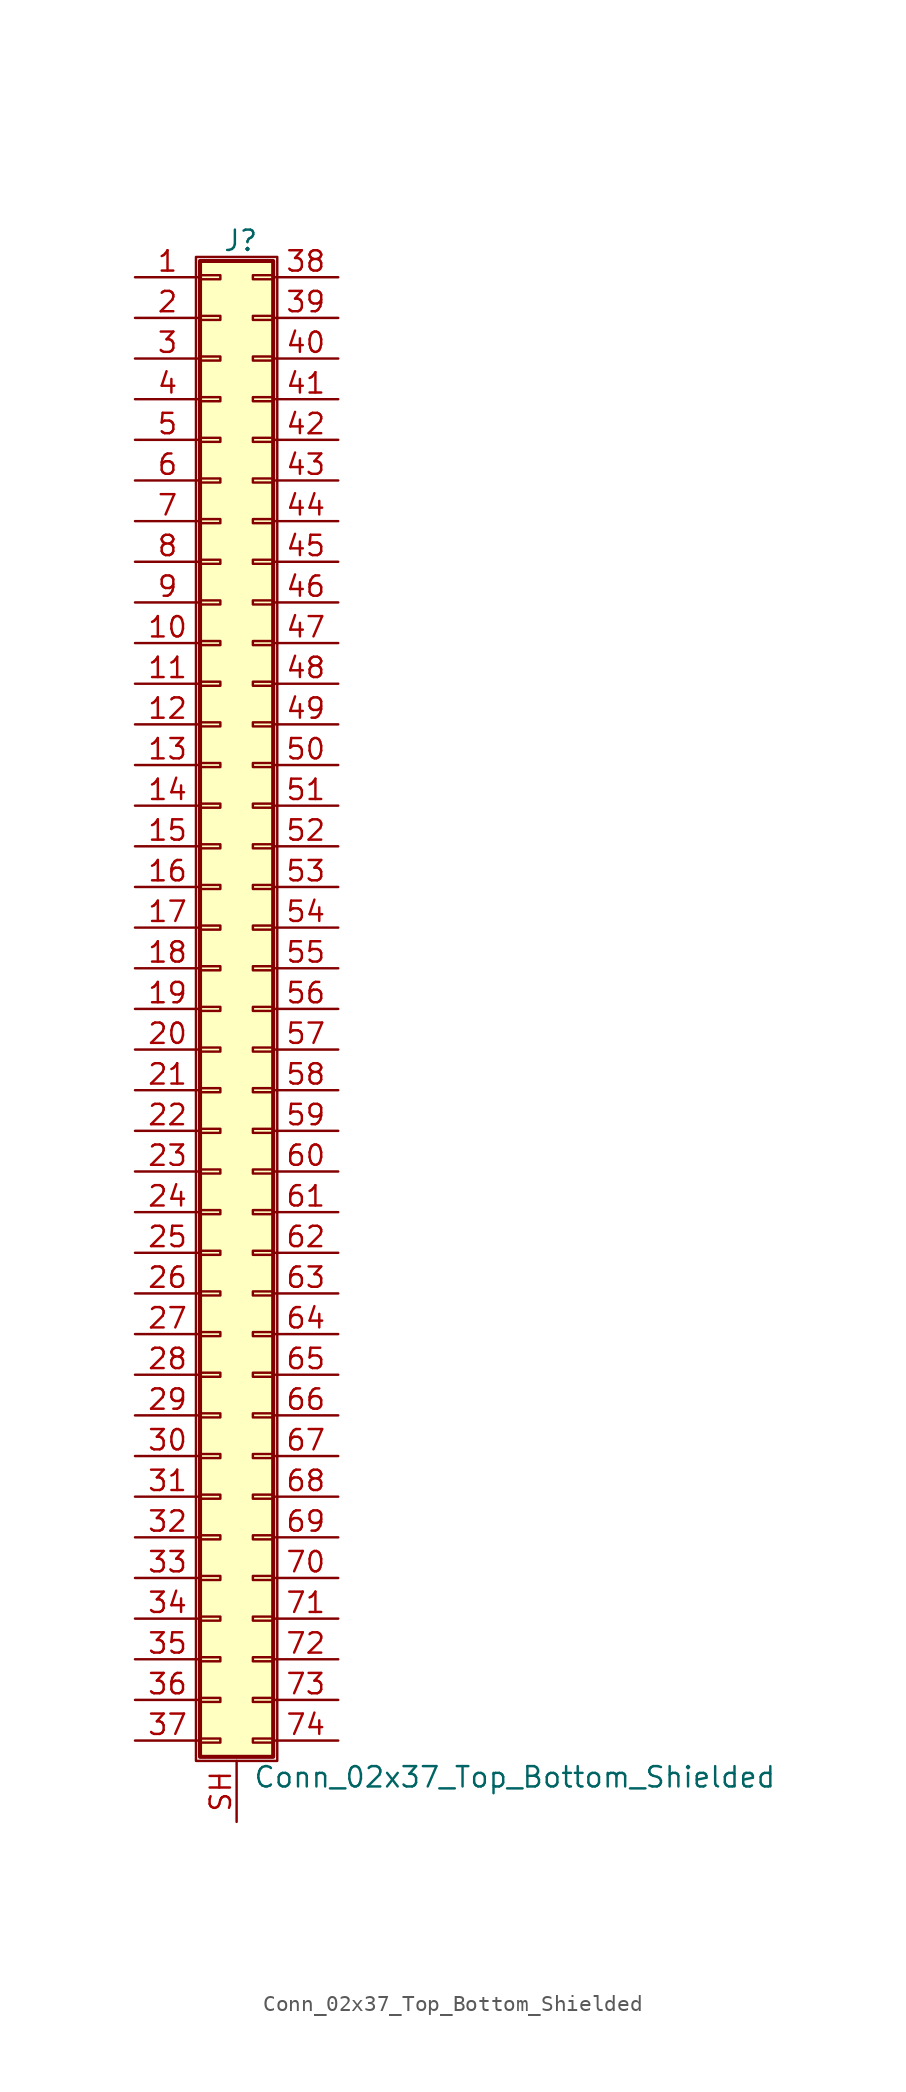
<source format=kicad_sym>
(kicad_symbol_lib
  (version 20201005)
  (generator kicad_symbol_editor)
  (symbol "Conn_02x37_Top_Bottom_Shielded"
    (pin_names
      (offset 1.016) hide)
    (property "Reference" "J"
      (at 1.524 48.006 0)
      (effects (font (size 1.27 1.27))))
    (property "Value" "Conn_02x37_Top_Bottom_Shielded"
      (at 2.286 -48.006 0)
      (effects (font (size 1.27 1.27)) (justify left)))
    (symbol "Conn_02x37_Top_Bottom_Shielded_1_1"
      (rectangle (start -1.27 46.99) (end 3.81 -46.99) (stroke (width 0.152)) (fill (type none)))
      (rectangle (start -1.016 -45.593) (end 0.254 -45.847) (stroke (width 0.152)) (fill (type none)))
      (rectangle (start -1.016 -43.053) (end 0.254 -43.307) (stroke (width 0.152)) (fill (type none)))
      (rectangle (start -1.016 -40.513) (end 0.254 -40.767) (stroke (width 0.152)) (fill (type none)))
      (rectangle (start -1.016 -37.973) (end 0.254 -38.227) (stroke (width 0.152)) (fill (type none)))
      (rectangle (start -1.016 -35.433) (end 0.254 -35.687) (stroke (width 0.152)) (fill (type none)))
      (rectangle (start -1.016 -32.893) (end 0.254 -33.147) (stroke (width 0.152)) (fill (type none)))
      (rectangle (start -1.016 -30.353) (end 0.254 -30.607) (stroke (width 0.152)) (fill (type none)))
      (rectangle (start -1.016 -27.813) (end 0.254 -28.067) (stroke (width 0.152)) (fill (type none)))
      (rectangle (start -1.016 -25.273) (end 0.254 -25.527) (stroke (width 0.152)) (fill (type none)))
      (rectangle (start -1.016 -22.733) (end 0.254 -22.987) (stroke (width 0.152)) (fill (type none)))
      (rectangle (start -1.016 -20.193) (end 0.254 -20.447) (stroke (width 0.152)) (fill (type none)))
      (rectangle (start -1.016 -17.653) (end 0.254 -17.907) (stroke (width 0.152)) (fill (type none)))
      (rectangle (start -1.016 -15.113) (end 0.254 -15.367) (stroke (width 0.152)) (fill (type none)))
      (rectangle (start -1.016 -12.573) (end 0.254 -12.827) (stroke (width 0.152)) (fill (type none)))
      (rectangle (start -1.016 -10.033) (end 0.254 -10.287) (stroke (width 0.152)) (fill (type none)))
      (rectangle (start -1.016 -7.493) (end 0.254 -7.747) (stroke (width 0.152)) (fill (type none)))
      (rectangle (start -1.016 -4.953) (end 0.254 -5.207) (stroke (width 0.152)) (fill (type none)))
      (rectangle (start -1.016 -2.413) (end 0.254 -2.667) (stroke (width 0.152)) (fill (type none)))
      (rectangle (start -1.016 0.127) (end 0.254 -0.127) (stroke (width 0.152)) (fill (type none)))
      (rectangle (start -1.016 2.667) (end 0.254 2.413) (stroke (width 0.152)) (fill (type none)))
      (rectangle (start -1.016 5.207) (end 0.254 4.953) (stroke (width 0.152)) (fill (type none)))
      (rectangle (start -1.016 7.747) (end 0.254 7.493) (stroke (width 0.152)) (fill (type none)))
      (rectangle (start -1.016 10.287) (end 0.254 10.033) (stroke (width 0.152)) (fill (type none)))
      (rectangle (start -1.016 12.827) (end 0.254 12.573) (stroke (width 0.152)) (fill (type none)))
      (rectangle (start -1.016 15.367) (end 0.254 15.113) (stroke (width 0.152)) (fill (type none)))
      (rectangle (start -1.016 17.907) (end 0.254 17.653) (stroke (width 0.152)) (fill (type none)))
      (rectangle (start -1.016 20.447) (end 0.254 20.193) (stroke (width 0.152)) (fill (type none)))
      (rectangle (start -1.016 22.987) (end 0.254 22.733) (stroke (width 0.152)) (fill (type none)))
      (rectangle (start -1.016 25.527) (end 0.254 25.273) (stroke (width 0.152)) (fill (type none)))
      (rectangle (start -1.016 28.067) (end 0.254 27.813) (stroke (width 0.152)) (fill (type none)))
      (rectangle (start -1.016 30.607) (end 0.254 30.353) (stroke (width 0.152)) (fill (type none)))
      (rectangle (start -1.016 33.147) (end 0.254 32.893) (stroke (width 0.152)) (fill (type none)))
      (rectangle (start -1.016 35.687) (end 0.254 35.433) (stroke (width 0.152)) (fill (type none)))
      (rectangle (start -1.016 38.227) (end 0.254 37.973) (stroke (width 0.152)) (fill (type none)))
      (rectangle (start -1.016 40.767) (end 0.254 40.513) (stroke (width 0.152)) (fill (type none)))
      (rectangle (start -1.016 43.307) (end 0.254 43.053) (stroke (width 0.152)) (fill (type none)))
      (rectangle (start -1.016 45.847) (end 0.254 45.593) (stroke (width 0.152)) (fill (type none)))
      (rectangle (start -1.016 46.736) (end 3.556 -46.736) (stroke (width 0.254)) (fill (type background)))
      (rectangle (start 3.556 -45.593) (end 2.286 -45.847) (stroke (width 0.152)) (fill (type none)))
      (rectangle (start 3.556 -43.053) (end 2.286 -43.307) (stroke (width 0.152)) (fill (type none)))
      (rectangle (start 3.556 -40.513) (end 2.286 -40.767) (stroke (width 0.152)) (fill (type none)))
      (rectangle (start 3.556 -37.973) (end 2.286 -38.227) (stroke (width 0.152)) (fill (type none)))
      (rectangle (start 3.556 -35.433) (end 2.286 -35.687) (stroke (width 0.152)) (fill (type none)))
      (rectangle (start 3.556 -32.893) (end 2.286 -33.147) (stroke (width 0.152)) (fill (type none)))
      (rectangle (start 3.556 -30.353) (end 2.286 -30.607) (stroke (width 0.152)) (fill (type none)))
      (rectangle (start 3.556 -27.813) (end 2.286 -28.067) (stroke (width 0.152)) (fill (type none)))
      (rectangle (start 3.556 -25.273) (end 2.286 -25.527) (stroke (width 0.152)) (fill (type none)))
      (rectangle (start 3.556 -22.733) (end 2.286 -22.987) (stroke (width 0.152)) (fill (type none)))
      (rectangle (start 3.556 -20.193) (end 2.286 -20.447) (stroke (width 0.152)) (fill (type none)))
      (rectangle (start 3.556 -17.653) (end 2.286 -17.907) (stroke (width 0.152)) (fill (type none)))
      (rectangle (start 3.556 -15.113) (end 2.286 -15.367) (stroke (width 0.152)) (fill (type none)))
      (rectangle (start 3.556 -12.573) (end 2.286 -12.827) (stroke (width 0.152)) (fill (type none)))
      (rectangle (start 3.556 -10.033) (end 2.286 -10.287) (stroke (width 0.152)) (fill (type none)))
      (rectangle (start 3.556 -7.493) (end 2.286 -7.747) (stroke (width 0.152)) (fill (type none)))
      (rectangle (start 3.556 -4.953) (end 2.286 -5.207) (stroke (width 0.152)) (fill (type none)))
      (rectangle (start 3.556 -2.413) (end 2.286 -2.667) (stroke (width 0.152)) (fill (type none)))
      (rectangle (start 3.556 0.127) (end 2.286 -0.127) (stroke (width 0.152)) (fill (type none)))
      (rectangle (start 3.556 2.667) (end 2.286 2.413) (stroke (width 0.152)) (fill (type none)))
      (rectangle (start 3.556 5.207) (end 2.286 4.953) (stroke (width 0.152)) (fill (type none)))
      (rectangle (start 3.556 7.747) (end 2.286 7.493) (stroke (width 0.152)) (fill (type none)))
      (rectangle (start 3.556 10.287) (end 2.286 10.033) (stroke (width 0.152)) (fill (type none)))
      (rectangle (start 3.556 12.827) (end 2.286 12.573) (stroke (width 0.152)) (fill (type none)))
      (rectangle (start 3.556 15.367) (end 2.286 15.113) (stroke (width 0.152)) (fill (type none)))
      (rectangle (start 3.556 17.907) (end 2.286 17.653) (stroke (width 0.152)) (fill (type none)))
      (rectangle (start 3.556 20.447) (end 2.286 20.193) (stroke (width 0.152)) (fill (type none)))
      (rectangle (start 3.556 22.987) (end 2.286 22.733) (stroke (width 0.152)) (fill (type none)))
      (rectangle (start 3.556 25.527) (end 2.286 25.273) (stroke (width 0.152)) (fill (type none)))
      (rectangle (start 3.556 28.067) (end 2.286 27.813) (stroke (width 0.152)) (fill (type none)))
      (rectangle (start 3.556 30.607) (end 2.286 30.353) (stroke (width 0.152)) (fill (type none)))
      (rectangle (start 3.556 33.147) (end 2.286 32.893) (stroke (width 0.152)) (fill (type none)))
      (rectangle (start 3.556 35.687) (end 2.286 35.433) (stroke (width 0.152)) (fill (type none)))
      (rectangle (start 3.556 38.227) (end 2.286 37.973) (stroke (width 0.152)) (fill (type none)))
      (rectangle (start 3.556 40.767) (end 2.286 40.513) (stroke (width 0.152)) (fill (type none)))
      (rectangle (start 3.556 43.307) (end 2.286 43.053) (stroke (width 0.152)) (fill (type none)))
      (rectangle (start 3.556 45.847) (end 2.286 45.593) (stroke (width 0.152)) (fill (type none)))
      (pin passive line (at -5.08 45.72 0) (length 4.064) (name "Pin_1" (effects (font (size 1.27 1.27)))) (number "1" (effects (font (size 1.27 1.27)))))
      (pin passive line (at -5.08 22.86 0) (length 4.064) (name "Pin_10" (effects (font (size 1.27 1.27)))) (number "10" (effects (font (size 1.27 1.27)))))
      (pin passive line (at -5.08 20.32 0) (length 4.064) (name "Pin_11" (effects (font (size 1.27 1.27)))) (number "11" (effects (font (size 1.27 1.27)))))
      (pin passive line (at -5.08 17.78 0) (length 4.064) (name "Pin_12" (effects (font (size 1.27 1.27)))) (number "12" (effects (font (size 1.27 1.27)))))
      (pin passive line (at -5.08 15.24 0) (length 4.064) (name "Pin_13" (effects (font (size 1.27 1.27)))) (number "13" (effects (font (size 1.27 1.27)))))
      (pin passive line (at -5.08 12.7 0) (length 4.064) (name "Pin_14" (effects (font (size 1.27 1.27)))) (number "14" (effects (font (size 1.27 1.27)))))
      (pin passive line (at -5.08 10.16 0) (length 4.064) (name "Pin_15" (effects (font (size 1.27 1.27)))) (number "15" (effects (font (size 1.27 1.27)))))
      (pin passive line (at -5.08 7.62 0) (length 4.064) (name "Pin_16" (effects (font (size 1.27 1.27)))) (number "16" (effects (font (size 1.27 1.27)))))
      (pin passive line (at -5.08 5.08 0) (length 4.064) (name "Pin_17" (effects (font (size 1.27 1.27)))) (number "17" (effects (font (size 1.27 1.27)))))
      (pin passive line (at -5.08 2.54 0) (length 4.064) (name "Pin_18" (effects (font (size 1.27 1.27)))) (number "18" (effects (font (size 1.27 1.27)))))
      (pin passive line (at -5.08 0 0) (length 4.064) (name "Pin_19" (effects (font (size 1.27 1.27)))) (number "19" (effects (font (size 1.27 1.27)))))
      (pin passive line (at -5.08 43.18 0) (length 4.064) (name "Pin_2" (effects (font (size 1.27 1.27)))) (number "2" (effects (font (size 1.27 1.27)))))
      (pin passive line (at -5.08 -2.54 0) (length 4.064) (name "Pin_20" (effects (font (size 1.27 1.27)))) (number "20" (effects (font (size 1.27 1.27)))))
      (pin passive line (at -5.08 -5.08 0) (length 4.064) (name "Pin_21" (effects (font (size 1.27 1.27)))) (number "21" (effects (font (size 1.27 1.27)))))
      (pin passive line (at -5.08 -7.62 0) (length 4.064) (name "Pin_22" (effects (font (size 1.27 1.27)))) (number "22" (effects (font (size 1.27 1.27)))))
      (pin passive line (at -5.08 -10.16 0) (length 4.064) (name "Pin_23" (effects (font (size 1.27 1.27)))) (number "23" (effects (font (size 1.27 1.27)))))
      (pin passive line (at -5.08 -12.7 0) (length 4.064) (name "Pin_24" (effects (font (size 1.27 1.27)))) (number "24" (effects (font (size 1.27 1.27)))))
      (pin passive line (at -5.08 -15.24 0) (length 4.064) (name "Pin_25" (effects (font (size 1.27 1.27)))) (number "25" (effects (font (size 1.27 1.27)))))
      (pin passive line (at -5.08 -17.78 0) (length 4.064) (name "Pin_26" (effects (font (size 1.27 1.27)))) (number "26" (effects (font (size 1.27 1.27)))))
      (pin passive line (at -5.08 -20.32 0) (length 4.064) (name "Pin_27" (effects (font (size 1.27 1.27)))) (number "27" (effects (font (size 1.27 1.27)))))
      (pin passive line (at -5.08 -22.86 0) (length 4.064) (name "Pin_28" (effects (font (size 1.27 1.27)))) (number "28" (effects (font (size 1.27 1.27)))))
      (pin passive line (at -5.08 -25.4 0) (length 4.064) (name "Pin_29" (effects (font (size 1.27 1.27)))) (number "29" (effects (font (size 1.27 1.27)))))
      (pin passive line (at -5.08 40.64 0) (length 4.064) (name "Pin_3" (effects (font (size 1.27 1.27)))) (number "3" (effects (font (size 1.27 1.27)))))
      (pin passive line (at -5.08 -27.94 0) (length 4.064) (name "Pin_30" (effects (font (size 1.27 1.27)))) (number "30" (effects (font (size 1.27 1.27)))))
      (pin passive line (at -5.08 -30.48 0) (length 4.064) (name "Pin_31" (effects (font (size 1.27 1.27)))) (number "31" (effects (font (size 1.27 1.27)))))
      (pin passive line (at -5.08 -33.02 0) (length 4.064) (name "Pin_32" (effects (font (size 1.27 1.27)))) (number "32" (effects (font (size 1.27 1.27)))))
      (pin passive line (at -5.08 -35.56 0) (length 4.064) (name "Pin_33" (effects (font (size 1.27 1.27)))) (number "33" (effects (font (size 1.27 1.27)))))
      (pin passive line (at -5.08 -38.1 0) (length 4.064) (name "Pin_34" (effects (font (size 1.27 1.27)))) (number "34" (effects (font (size 1.27 1.27)))))
      (pin passive line (at -5.08 -40.64 0) (length 4.064) (name "Pin_35" (effects (font (size 1.27 1.27)))) (number "35" (effects (font (size 1.27 1.27)))))
      (pin passive line (at -5.08 -43.18 0) (length 4.064) (name "Pin_36" (effects (font (size 1.27 1.27)))) (number "36" (effects (font (size 1.27 1.27)))))
      (pin passive line (at -5.08 -45.72 0) (length 4.064) (name "Pin_37" (effects (font (size 1.27 1.27)))) (number "37" (effects (font (size 1.27 1.27)))))
      (pin passive line (at 7.62 45.72 180) (length 4.064) (name "Pin_38" (effects (font (size 1.27 1.27)))) (number "38" (effects (font (size 1.27 1.27)))))
      (pin passive line (at 7.62 43.18 180) (length 4.064) (name "Pin_39" (effects (font (size 1.27 1.27)))) (number "39" (effects (font (size 1.27 1.27)))))
      (pin passive line (at -5.08 38.1 0) (length 4.064) (name "Pin_4" (effects (font (size 1.27 1.27)))) (number "4" (effects (font (size 1.27 1.27)))))
      (pin passive line (at 7.62 40.64 180) (length 4.064) (name "Pin_40" (effects (font (size 1.27 1.27)))) (number "40" (effects (font (size 1.27 1.27)))))
      (pin passive line (at 7.62 38.1 180) (length 4.064) (name "Pin_41" (effects (font (size 1.27 1.27)))) (number "41" (effects (font (size 1.27 1.27)))))
      (pin passive line (at 7.62 35.56 180) (length 4.064) (name "Pin_42" (effects (font (size 1.27 1.27)))) (number "42" (effects (font (size 1.27 1.27)))))
      (pin passive line (at 7.62 33.02 180) (length 4.064) (name "Pin_43" (effects (font (size 1.27 1.27)))) (number "43" (effects (font (size 1.27 1.27)))))
      (pin passive line (at 7.62 30.48 180) (length 4.064) (name "Pin_44" (effects (font (size 1.27 1.27)))) (number "44" (effects (font (size 1.27 1.27)))))
      (pin passive line (at 7.62 27.94 180) (length 4.064) (name "Pin_45" (effects (font (size 1.27 1.27)))) (number "45" (effects (font (size 1.27 1.27)))))
      (pin passive line (at 7.62 25.4 180) (length 4.064) (name "Pin_46" (effects (font (size 1.27 1.27)))) (number "46" (effects (font (size 1.27 1.27)))))
      (pin passive line (at 7.62 22.86 180) (length 4.064) (name "Pin_47" (effects (font (size 1.27 1.27)))) (number "47" (effects (font (size 1.27 1.27)))))
      (pin passive line (at 7.62 20.32 180) (length 4.064) (name "Pin_48" (effects (font (size 1.27 1.27)))) (number "48" (effects (font (size 1.27 1.27)))))
      (pin passive line (at 7.62 17.78 180) (length 4.064) (name "Pin_49" (effects (font (size 1.27 1.27)))) (number "49" (effects (font (size 1.27 1.27)))))
      (pin passive line (at -5.08 35.56 0) (length 4.064) (name "Pin_5" (effects (font (size 1.27 1.27)))) (number "5" (effects (font (size 1.27 1.27)))))
      (pin passive line (at 7.62 15.24 180) (length 4.064) (name "Pin_50" (effects (font (size 1.27 1.27)))) (number "50" (effects (font (size 1.27 1.27)))))
      (pin passive line (at 7.62 12.7 180) (length 4.064) (name "Pin_51" (effects (font (size 1.27 1.27)))) (number "51" (effects (font (size 1.27 1.27)))))
      (pin passive line (at 7.62 10.16 180) (length 4.064) (name "Pin_52" (effects (font (size 1.27 1.27)))) (number "52" (effects (font (size 1.27 1.27)))))
      (pin passive line (at 7.62 7.62 180) (length 4.064) (name "Pin_53" (effects (font (size 1.27 1.27)))) (number "53" (effects (font (size 1.27 1.27)))))
      (pin passive line (at 7.62 5.08 180) (length 4.064) (name "Pin_54" (effects (font (size 1.27 1.27)))) (number "54" (effects (font (size 1.27 1.27)))))
      (pin passive line (at 7.62 2.54 180) (length 4.064) (name "Pin_55" (effects (font (size 1.27 1.27)))) (number "55" (effects (font (size 1.27 1.27)))))
      (pin passive line (at 7.62 0 180) (length 4.064) (name "Pin_56" (effects (font (size 1.27 1.27)))) (number "56" (effects (font (size 1.27 1.27)))))
      (pin passive line (at 7.62 -2.54 180) (length 4.064) (name "Pin_57" (effects (font (size 1.27 1.27)))) (number "57" (effects (font (size 1.27 1.27)))))
      (pin passive line (at 7.62 -5.08 180) (length 4.064) (name "Pin_58" (effects (font (size 1.27 1.27)))) (number "58" (effects (font (size 1.27 1.27)))))
      (pin passive line (at 7.62 -7.62 180) (length 4.064) (name "Pin_59" (effects (font (size 1.27 1.27)))) (number "59" (effects (font (size 1.27 1.27)))))
      (pin passive line (at -5.08 33.02 0) (length 4.064) (name "Pin_6" (effects (font (size 1.27 1.27)))) (number "6" (effects (font (size 1.27 1.27)))))
      (pin passive line (at 7.62 -10.16 180) (length 4.064) (name "Pin_60" (effects (font (size 1.27 1.27)))) (number "60" (effects (font (size 1.27 1.27)))))
      (pin passive line (at 7.62 -12.7 180) (length 4.064) (name "Pin_61" (effects (font (size 1.27 1.27)))) (number "61" (effects (font (size 1.27 1.27)))))
      (pin passive line (at 7.62 -15.24 180) (length 4.064) (name "Pin_62" (effects (font (size 1.27 1.27)))) (number "62" (effects (font (size 1.27 1.27)))))
      (pin passive line (at 7.62 -17.78 180) (length 4.064) (name "Pin_63" (effects (font (size 1.27 1.27)))) (number "63" (effects (font (size 1.27 1.27)))))
      (pin passive line (at 7.62 -20.32 180) (length 4.064) (name "Pin_64" (effects (font (size 1.27 1.27)))) (number "64" (effects (font (size 1.27 1.27)))))
      (pin passive line (at 7.62 -22.86 180) (length 4.064) (name "Pin_65" (effects (font (size 1.27 1.27)))) (number "65" (effects (font (size 1.27 1.27)))))
      (pin passive line (at 7.62 -25.4 180) (length 4.064) (name "Pin_66" (effects (font (size 1.27 1.27)))) (number "66" (effects (font (size 1.27 1.27)))))
      (pin passive line (at 7.62 -27.94 180) (length 4.064) (name "Pin_67" (effects (font (size 1.27 1.27)))) (number "67" (effects (font (size 1.27 1.27)))))
      (pin passive line (at 7.62 -30.48 180) (length 4.064) (name "Pin_68" (effects (font (size 1.27 1.27)))) (number "68" (effects (font (size 1.27 1.27)))))
      (pin passive line (at 7.62 -33.02 180) (length 4.064) (name "Pin_69" (effects (font (size 1.27 1.27)))) (number "69" (effects (font (size 1.27 1.27)))))
      (pin passive line (at -5.08 30.48 0) (length 4.064) (name "Pin_7" (effects (font (size 1.27 1.27)))) (number "7" (effects (font (size 1.27 1.27)))))
      (pin passive line (at 7.62 -35.56 180) (length 4.064) (name "Pin_70" (effects (font (size 1.27 1.27)))) (number "70" (effects (font (size 1.27 1.27)))))
      (pin passive line (at 7.62 -38.1 180) (length 4.064) (name "Pin_71" (effects (font (size 1.27 1.27)))) (number "71" (effects (font (size 1.27 1.27)))))
      (pin passive line (at 7.62 -40.64 180) (length 4.064) (name "Pin_72" (effects (font (size 1.27 1.27)))) (number "72" (effects (font (size 1.27 1.27)))))
      (pin passive line (at 7.62 -43.18 180) (length 4.064) (name "Pin_73" (effects (font (size 1.27 1.27)))) (number "73" (effects (font (size 1.27 1.27)))))
      (pin passive line (at 7.62 -45.72 180) (length 4.064) (name "Pin_74" (effects (font (size 1.27 1.27)))) (number "74" (effects (font (size 1.27 1.27)))))
      (pin passive line (at -5.08 27.94 0) (length 4.064) (name "Pin_8" (effects (font (size 1.27 1.27)))) (number "8" (effects (font (size 1.27 1.27)))))
      (pin passive line (at -5.08 25.4 0) (length 4.064) (name "Pin_9" (effects (font (size 1.27 1.27)))) (number "9" (effects (font (size 1.27 1.27)))))
      (pin passive line (at 1.27 -50.8 90) (length 3.81) (name "Shield" (effects (font (size 1.27 1.27)))) (number "SH" (effects (font (size 1.27 1.27))))))))
</source>
